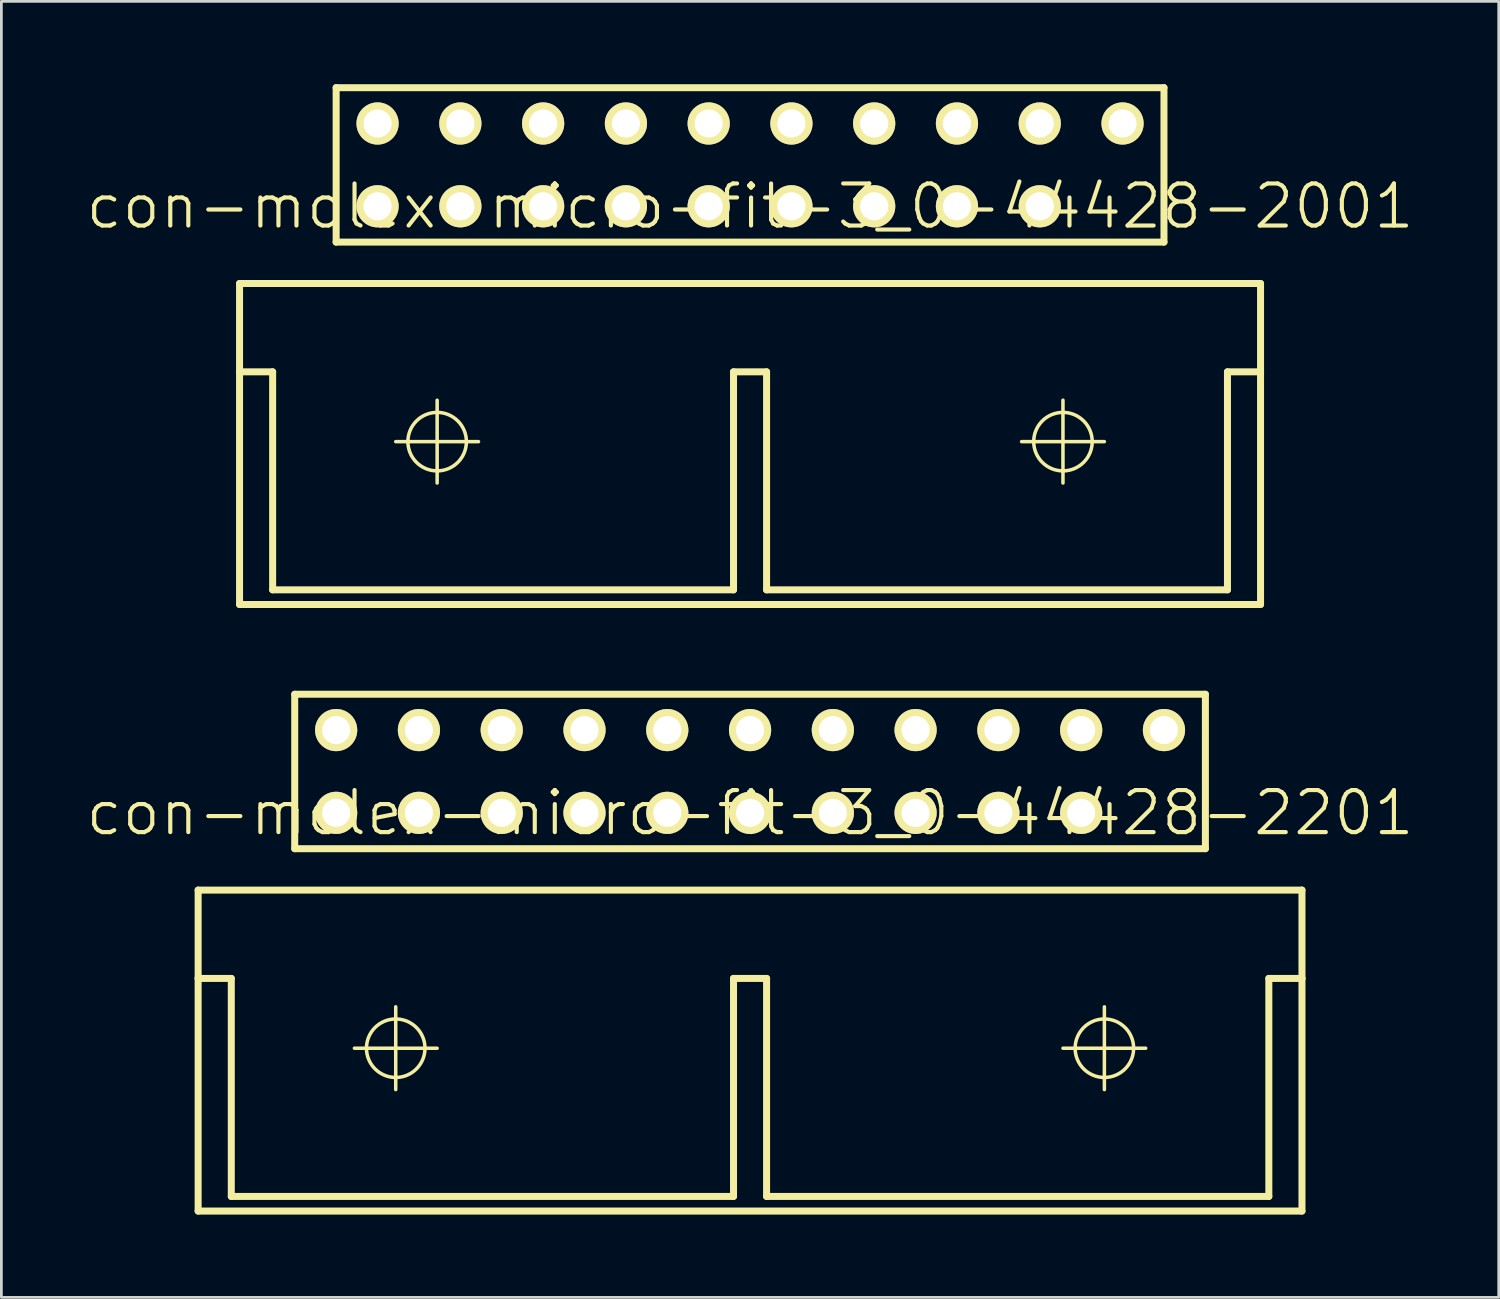
<source format=kicad_pcb>
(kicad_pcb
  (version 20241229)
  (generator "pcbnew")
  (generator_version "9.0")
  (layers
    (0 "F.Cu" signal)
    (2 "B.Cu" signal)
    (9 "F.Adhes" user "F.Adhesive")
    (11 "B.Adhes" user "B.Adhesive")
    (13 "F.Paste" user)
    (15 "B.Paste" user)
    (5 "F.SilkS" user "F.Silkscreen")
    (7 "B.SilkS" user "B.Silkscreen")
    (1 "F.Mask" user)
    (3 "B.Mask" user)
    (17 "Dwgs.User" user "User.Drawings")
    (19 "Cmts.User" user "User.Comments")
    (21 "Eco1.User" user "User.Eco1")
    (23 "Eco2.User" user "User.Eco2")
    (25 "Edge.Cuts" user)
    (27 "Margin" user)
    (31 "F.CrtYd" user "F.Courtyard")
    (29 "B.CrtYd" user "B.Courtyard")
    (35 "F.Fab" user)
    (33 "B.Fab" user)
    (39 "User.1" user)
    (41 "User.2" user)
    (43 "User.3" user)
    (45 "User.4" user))
  (footprint "con-molex-micro-fit-3_0-44428-2001"
    (layer "F.Cu")
    (at 24.13 4.425)
    (property "Reference" "con-molex-micro-fit-3_0-44428-2001" (at 0 0 0) (layer "F.SilkS") (effects (font (size 1.524 1.524) (thickness 0.15))))
    (attr exclude_from_pos_files exclude_from_bom)
    (fp_line (start -18.499 2.799) (end -18.499 5.999) (stroke (width 0.254) (type solid)) (layer "F.SilkS"))
    (fp_line (start -18.499 5.999) (end -18.499 14.43) (stroke (width 0.254) (type solid)) (layer "F.SilkS"))
    (fp_line (start -18.499 5.999) (end -17.3 5.999) (stroke (width 0.254) (type solid)) (layer "F.SilkS"))
    (fp_line (start -18.499 14.43) (end 18.499 14.43) (stroke (width 0.254) (type solid)) (layer "F.SilkS"))
    (fp_line (start -17.3 5.999) (end -17.3 13.899) (stroke (width 0.254) (type solid)) (layer "F.SilkS"))
    (fp_line (start -17.3 13.899) (end -0.599 13.899) (stroke (width 0.254) (type solid)) (layer "F.SilkS"))
    (fp_line (start -14.999 -4.298) (end 14.999 -4.298) (stroke (width 0.254) (type solid)) (layer "F.SilkS"))
    (fp_line (start -14.999 1.298) (end -14.999 -4.298) (stroke (width 0.254) (type solid)) (layer "F.SilkS"))
    (fp_line (start -12.84 8.529) (end -9.84 8.529) (stroke (width 0.127) (type solid)) (layer "F.SilkS"))
    (fp_line (start -11.339 10.028) (end -11.339 7.028) (stroke (width 0.127) (type solid)) (layer "F.SilkS"))
    (fp_line (start -0.599 5.999) (end -0.599 13.899) (stroke (width 0.254) (type solid)) (layer "F.SilkS"))
    (fp_line (start -0.599 5.999) (end 0.599 5.999) (stroke (width 0.254) (type solid)) (layer "F.SilkS"))
    (fp_line (start 0.599 5.999) (end 0.599 13.899) (stroke (width 0.254) (type solid)) (layer "F.SilkS"))
    (fp_line (start 0.599 13.899) (end 17.3 13.899) (stroke (width 0.254) (type solid)) (layer "F.SilkS"))
    (fp_line (start 9.84 8.529) (end 12.84 8.529) (stroke (width 0.127) (type solid)) (layer "F.SilkS"))
    (fp_line (start 11.339 10.028) (end 11.339 7.028) (stroke (width 0.127) (type solid)) (layer "F.SilkS"))
    (fp_line (start 14.999 -4.298) (end 14.999 1.298) (stroke (width 0.254) (type solid)) (layer "F.SilkS"))
    (fp_line (start 14.999 1.298) (end -14.999 1.298) (stroke (width 0.254) (type solid)) (layer "F.SilkS"))
    (fp_line (start 17.3 5.999) (end 18.499 5.999) (stroke (width 0.254) (type solid)) (layer "F.SilkS"))
    (fp_line (start 17.3 13.899) (end 17.3 5.999) (stroke (width 0.254) (type solid)) (layer "F.SilkS"))
    (fp_line (start 18.499 2.799) (end -18.499 2.799) (stroke (width 0.254) (type solid)) (layer "F.SilkS"))
    (fp_line (start 18.499 5.999) (end 18.499 2.799) (stroke (width 0.254) (type solid)) (layer "F.SilkS"))
    (fp_line (start 18.499 14.43) (end 18.499 5.999) (stroke (width 0.254) (type solid)) (layer "F.SilkS"))
    (fp_circle (center -11.339 8.529) (end -12.088 9.279) (stroke (width 0.127) (type solid)) (fill no) (layer "F.SilkS"))
    (fp_circle (center 11.339 8.529) (end 12.088 9.279) (stroke (width 0.127) (type solid)) (fill no) (layer "F.SilkS"))
    (pad "P$1" thru_hole rect (at 13.498 0) (size 0.001 0.001) (drill 1.019) (layers "*.Cu" "F.Mask" "F.SilkS" "F.Paste"))
    (pad "P$2" thru_hole circle (at 10.498 0) (size 1.529 1.529) (drill 1.019) (layers "*.Cu" "F.Mask" "F.SilkS" "F.Paste"))
    (pad "P$3" thru_hole circle (at 7.498 0) (size 1.529 1.529) (drill 1.019) (layers "*.Cu" "F.Mask" "F.SilkS" "F.Paste"))
    (pad "P$4" thru_hole circle (at 4.498 0) (size 1.529 1.529) (drill 1.019) (layers "*.Cu" "F.Mask" "F.SilkS" "F.Paste"))
    (pad "P$5" thru_hole circle (at 1.499 0) (size 1.529 1.529) (drill 1.019) (layers "*.Cu" "F.Mask" "F.SilkS" "F.Paste"))
    (pad "P$6" thru_hole circle (at -1.499 0) (size 1.529 1.529) (drill 1.019) (layers "*.Cu" "F.Mask" "F.SilkS" "F.Paste"))
    (pad "P$7" thru_hole circle (at -4.498 0) (size 1.529 1.529) (drill 1.019) (layers "*.Cu" "F.Mask" "F.SilkS" "F.Paste"))
    (pad "P$8" thru_hole circle (at -7.498 0) (size 1.529 1.529) (drill 1.019) (layers "*.Cu" "F.Mask" "F.SilkS" "F.Paste"))
    (pad "P$9" thru_hole circle (at -10.498 0) (size 1.529 1.529) (drill 1.019) (layers "*.Cu" "F.Mask" "F.SilkS" "F.Paste"))
    (pad "P$10" thru_hole circle (at -13.498 0) (size 1.529 1.529) (drill 1.019) (layers "*.Cu" "F.Mask" "F.SilkS" "F.Paste"))
    (pad "P$11" thru_hole circle (at 13.498 -3) (size 1.529 1.529) (drill 1.019) (layers "*.Cu" "F.Mask" "F.SilkS" "F.Paste"))
    (pad "P$12" thru_hole circle (at 10.498 -3) (size 1.529 1.529) (drill 1.019) (layers "*.Cu" "F.Mask" "F.SilkS" "F.Paste"))
    (pad "P$13" thru_hole circle (at 7.498 -3) (size 1.529 1.529) (drill 1.019) (layers "*.Cu" "F.Mask" "F.SilkS" "F.Paste"))
    (pad "P$14" thru_hole circle (at 4.498 -3) (size 1.529 1.529) (drill 1.019) (layers "*.Cu" "F.Mask" "F.SilkS" "F.Paste"))
    (pad "P$15" thru_hole circle (at 1.499 -3) (size 1.529 1.529) (drill 1.019) (layers "*.Cu" "F.Mask" "F.SilkS" "F.Paste"))
    (pad "P$16" thru_hole circle (at -1.499 -3) (size 1.529 1.529) (drill 1.019) (layers "*.Cu" "F.Mask" "F.SilkS" "F.Paste"))
    (pad "P$17" thru_hole circle (at -4.498 -3) (size 1.529 1.529) (drill 1.019) (layers "*.Cu" "F.Mask" "F.SilkS" "F.Paste"))
    (pad "P$18" thru_hole circle (at -7.498 -3) (size 1.529 1.529) (drill 1.019) (layers "*.Cu" "F.Mask" "F.SilkS" "F.Paste"))
    (pad "P$19" thru_hole circle (at -10.498 -3) (size 1.529 1.529) (drill 1.019) (layers "*.Cu" "F.Mask" "F.SilkS" "F.Paste"))
    (pad "P$20" thru_hole circle (at -13.498 -3) (size 1.529 1.529) (drill 1.019) (layers "*.Cu" "F.Mask" "F.SilkS" "F.Paste")))
  (footprint "con-molex-micro-fit-3_0-44428-2201"
    (layer "F.Cu")
    (at 24.13 26.406)
    (property "Reference" "con-molex-micro-fit-3_0-44428-2201" (at 0 0 0) (layer "F.SilkS") (effects (font (size 1.524 1.524) (thickness 0.15))))
    (attr exclude_from_pos_files exclude_from_bom)
    (fp_line (start -20 2.799) (end -20 5.999) (stroke (width 0.254) (type solid)) (layer "F.SilkS"))
    (fp_line (start -20 5.999) (end -20 14.43) (stroke (width 0.254) (type solid)) (layer "F.SilkS"))
    (fp_line (start -20 5.999) (end -18.799 5.999) (stroke (width 0.254) (type solid)) (layer "F.SilkS"))
    (fp_line (start -20 14.43) (end 20 14.43) (stroke (width 0.254) (type solid)) (layer "F.SilkS"))
    (fp_line (start -18.799 5.999) (end -18.799 13.899) (stroke (width 0.254) (type solid)) (layer "F.SilkS"))
    (fp_line (start -18.799 13.899) (end -0.599 13.899) (stroke (width 0.254) (type solid)) (layer "F.SilkS"))
    (fp_line (start -16.5 -4.298) (end 16.5 -4.298) (stroke (width 0.254) (type solid)) (layer "F.SilkS"))
    (fp_line (start -16.5 1.298) (end -16.5 -4.298) (stroke (width 0.254) (type solid)) (layer "F.SilkS"))
    (fp_line (start -14.338 8.529) (end -11.339 8.529) (stroke (width 0.127) (type solid)) (layer "F.SilkS"))
    (fp_line (start -12.84 10.028) (end -12.84 7.028) (stroke (width 0.127) (type solid)) (layer "F.SilkS"))
    (fp_line (start -0.599 5.999) (end -0.599 13.899) (stroke (width 0.254) (type solid)) (layer "F.SilkS"))
    (fp_line (start -0.599 5.999) (end 0.599 5.999) (stroke (width 0.254) (type solid)) (layer "F.SilkS"))
    (fp_line (start 0.599 5.999) (end 0.599 13.899) (stroke (width 0.254) (type solid)) (layer "F.SilkS"))
    (fp_line (start 0.599 13.899) (end 18.799 13.899) (stroke (width 0.254) (type solid)) (layer "F.SilkS"))
    (fp_line (start 11.339 8.529) (end 14.338 8.529) (stroke (width 0.127) (type solid)) (layer "F.SilkS"))
    (fp_line (start 12.84 10.028) (end 12.84 7.028) (stroke (width 0.127) (type solid)) (layer "F.SilkS"))
    (fp_line (start 16.5 -4.298) (end 16.5 1.298) (stroke (width 0.254) (type solid)) (layer "F.SilkS"))
    (fp_line (start 16.5 1.298) (end -16.5 1.298) (stroke (width 0.254) (type solid)) (layer "F.SilkS"))
    (fp_line (start 18.799 5.999) (end 20 5.999) (stroke (width 0.254) (type solid)) (layer "F.SilkS"))
    (fp_line (start 18.799 13.899) (end 18.799 5.999) (stroke (width 0.254) (type solid)) (layer "F.SilkS"))
    (fp_line (start 20 2.799) (end -20 2.799) (stroke (width 0.254) (type solid)) (layer "F.SilkS"))
    (fp_line (start 20 5.999) (end 20 2.799) (stroke (width 0.254) (type solid)) (layer "F.SilkS"))
    (fp_line (start 20 14.43) (end 20 5.999) (stroke (width 0.254) (type solid)) (layer "F.SilkS"))
    (fp_circle (center -12.84 8.529) (end -13.589 9.279) (stroke (width 0.127) (type solid)) (fill no) (layer "F.SilkS"))
    (fp_circle (center 12.84 8.529) (end 13.589 9.279) (stroke (width 0.127) (type solid)) (fill no) (layer "F.SilkS"))
    (pad "P$1" thru_hole rect (at 14.999 0) (size 0.001 0.001) (drill 1.019) (layers "*.Cu" "F.Mask" "F.SilkS" "F.Paste"))
    (pad "P$2" thru_hole circle (at 11.999 0) (size 1.529 1.529) (drill 1.019) (layers "*.Cu" "F.Mask" "F.SilkS" "F.Paste"))
    (pad "P$3" thru_hole circle (at 8.999 0) (size 1.529 1.529) (drill 1.019) (layers "*.Cu" "F.Mask" "F.SilkS" "F.Paste"))
    (pad "P$4" thru_hole circle (at 5.999 0) (size 1.529 1.529) (drill 1.019) (layers "*.Cu" "F.Mask" "F.SilkS" "F.Paste"))
    (pad "P$5" thru_hole circle (at 3 0) (size 1.529 1.529) (drill 1.019) (layers "*.Cu" "F.Mask" "F.SilkS" "F.Paste"))
    (pad "P$6" thru_hole circle (at 0 0) (size 1.529 1.529) (drill 1.019) (layers "*.Cu" "F.Mask" "F.SilkS" "F.Paste"))
    (pad "P$7" thru_hole circle (at -3 0) (size 1.529 1.529) (drill 1.019) (layers "*.Cu" "F.Mask" "F.SilkS" "F.Paste"))
    (pad "P$8" thru_hole circle (at -5.999 0) (size 1.529 1.529) (drill 1.019) (layers "*.Cu" "F.Mask" "F.SilkS" "F.Paste"))
    (pad "P$9" thru_hole circle (at -8.999 0) (size 1.529 1.529) (drill 1.019) (layers "*.Cu" "F.Mask" "F.SilkS" "F.Paste"))
    (pad "P$10" thru_hole circle (at -11.999 0) (size 1.529 1.529) (drill 1.019) (layers "*.Cu" "F.Mask" "F.SilkS" "F.Paste"))
    (pad "P$11" thru_hole circle (at -14.999 0) (size 1.529 1.529) (drill 1.019) (layers "*.Cu" "F.Mask" "F.SilkS" "F.Paste"))
    (pad "P$12" thru_hole circle (at 14.999 -3) (size 1.529 1.529) (drill 1.019) (layers "*.Cu" "F.Mask" "F.SilkS" "F.Paste"))
    (pad "P$13" thru_hole circle (at 11.999 -3) (size 1.529 1.529) (drill 1.019) (layers "*.Cu" "F.Mask" "F.SilkS" "F.Paste"))
    (pad "P$14" thru_hole circle (at 8.999 -3) (size 1.529 1.529) (drill 1.019) (layers "*.Cu" "F.Mask" "F.SilkS" "F.Paste"))
    (pad "P$15" thru_hole circle (at 5.999 -3) (size 1.529 1.529) (drill 1.019) (layers "*.Cu" "F.Mask" "F.SilkS" "F.Paste"))
    (pad "P$16" thru_hole circle (at 3 -3) (size 1.529 1.529) (drill 1.019) (layers "*.Cu" "F.Mask" "F.SilkS" "F.Paste"))
    (pad "P$17" thru_hole circle (at 0 -3) (size 1.529 1.529) (drill 1.019) (layers "*.Cu" "F.Mask" "F.SilkS" "F.Paste"))
    (pad "P$18" thru_hole circle (at -3 -3) (size 1.529 1.529) (drill 1.019) (layers "*.Cu" "F.Mask" "F.SilkS" "F.Paste"))
    (pad "P$19" thru_hole circle (at -5.999 -3) (size 1.529 1.529) (drill 1.019) (layers "*.Cu" "F.Mask" "F.SilkS" "F.Paste"))
    (pad "P$20" thru_hole circle (at -8.999 -3) (size 1.529 1.529) (drill 1.019) (layers "*.Cu" "F.Mask" "F.SilkS" "F.Paste"))
    (pad "P$21" thru_hole circle (at -11.999 -3) (size 1.529 1.529) (drill 1.019) (layers "*.Cu" "F.Mask" "F.SilkS" "F.Paste"))
    (pad "P$22" thru_hole circle (at -14.999 -3) (size 1.529 1.529) (drill 1.019) (layers "*.Cu" "F.Mask" "F.SilkS" "F.Paste")))
  (gr_rect
    (start -3 -3)
    (end 51.26 43.963)
    (stroke (width 0.1) (type default))
    (fill no)
    (layer "Edge.Cuts")))
</source>
